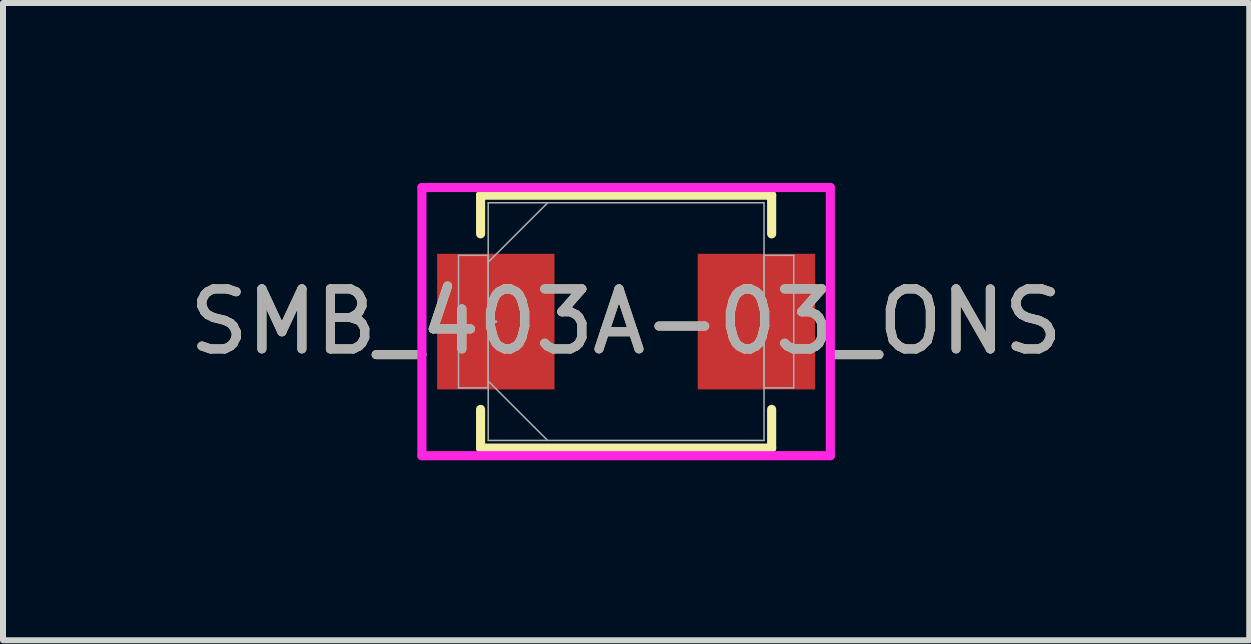
<source format=kicad_pcb>
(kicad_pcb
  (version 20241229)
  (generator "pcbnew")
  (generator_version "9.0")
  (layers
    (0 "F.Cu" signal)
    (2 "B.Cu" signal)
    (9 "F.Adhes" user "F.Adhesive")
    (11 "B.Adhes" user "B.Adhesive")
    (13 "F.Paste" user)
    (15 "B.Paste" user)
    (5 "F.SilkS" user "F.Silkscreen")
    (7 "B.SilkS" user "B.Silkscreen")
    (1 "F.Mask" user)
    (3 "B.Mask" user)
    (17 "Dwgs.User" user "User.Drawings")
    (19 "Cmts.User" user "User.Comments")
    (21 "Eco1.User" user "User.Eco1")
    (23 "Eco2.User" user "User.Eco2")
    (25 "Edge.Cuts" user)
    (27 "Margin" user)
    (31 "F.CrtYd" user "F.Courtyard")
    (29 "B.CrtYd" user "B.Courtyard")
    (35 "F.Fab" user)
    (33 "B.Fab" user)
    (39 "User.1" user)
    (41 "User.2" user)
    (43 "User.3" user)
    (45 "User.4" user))
  (footprint "SMB_403A-03_ONS"
    (layer "F.Cu")
    (at 7.387 2.311)
    (property "Reference" "SMB_403A-03_ONS" (at 0 0 0) (unlocked yes) (layer "F.SilkS") (effects (font (size 1 1) (thickness 0.15))))
    (attr smd)
    (fp_line (start -2.426 -2.108) (end -2.426 -1.463) (stroke (width 0.152) (type solid)) (layer "F.SilkS"))
    (fp_line (start -2.426 1.463) (end -2.426 2.108) (stroke (width 0.152) (type solid)) (layer "F.SilkS"))
    (fp_line (start -2.426 2.108) (end 2.426 2.108) (stroke (width 0.152) (type solid)) (layer "F.SilkS"))
    (fp_line (start 2.426 -2.108) (end -2.426 -2.108) (stroke (width 0.152) (type solid)) (layer "F.SilkS"))
    (fp_line (start 2.426 -1.463) (end 2.426 -2.108) (stroke (width 0.152) (type solid)) (layer "F.SilkS"))
    (fp_line (start 2.426 2.108) (end 2.426 1.463) (stroke (width 0.152) (type solid)) (layer "F.SilkS"))
    (fp_line (start -3.404 -2.235) (end 3.404 -2.235) (stroke (width 0.152) (type solid)) (layer "F.CrtYd"))
    (fp_line (start -3.404 2.235) (end -3.404 -2.235) (stroke (width 0.152) (type solid)) (layer "F.CrtYd"))
    (fp_line (start 3.404 -2.235) (end 3.404 2.235) (stroke (width 0.152) (type solid)) (layer "F.CrtYd"))
    (fp_line (start 3.404 2.235) (end -3.404 2.235) (stroke (width 0.152) (type solid)) (layer "F.CrtYd"))
    (fp_line (start -2.794 -1.105) (end -2.794 1.105) (stroke (width 0.025) (type solid)) (layer "F.Fab"))
    (fp_line (start -2.794 1.105) (end -2.299 1.105) (stroke (width 0.025) (type solid)) (layer "F.Fab"))
    (fp_line (start -2.299 -1.981) (end -2.299 1.981) (stroke (width 0.025) (type solid)) (layer "F.Fab"))
    (fp_line (start -2.299 -1.105) (end -2.794 -1.105) (stroke (width 0.025) (type solid)) (layer "F.Fab"))
    (fp_line (start -2.299 -0.991) (end -1.308 -1.981) (stroke (width 0.025) (type solid)) (layer "F.Fab"))
    (fp_line (start -2.299 0.991) (end -1.308 1.981) (stroke (width 0.025) (type solid)) (layer "F.Fab"))
    (fp_line (start -2.299 1.105) (end -2.299 -1.105) (stroke (width 0.025) (type solid)) (layer "F.Fab"))
    (fp_line (start -2.299 1.981) (end 2.299 1.981) (stroke (width 0.025) (type solid)) (layer "F.Fab"))
    (fp_line (start 2.299 -1.981) (end -2.299 -1.981) (stroke (width 0.025) (type solid)) (layer "F.Fab"))
    (fp_line (start 2.299 -1.105) (end 2.299 1.105) (stroke (width 0.025) (type solid)) (layer "F.Fab"))
    (fp_line (start 2.299 1.105) (end 2.794 1.105) (stroke (width 0.025) (type solid)) (layer "F.Fab"))
    (fp_line (start 2.299 1.981) (end 2.299 -1.981) (stroke (width 0.025) (type solid)) (layer "F.Fab"))
    (fp_line (start 2.794 -1.105) (end 2.299 -1.105) (stroke (width 0.025) (type solid)) (layer "F.Fab"))
    (fp_line (start 2.794 1.105) (end 2.794 -1.105) (stroke (width 0.025) (type solid)) (layer "F.Fab"))
    (fp_circle (center -2.172 0) (end -2.172 0) (stroke (width 0.025) (type solid)) (fill no) (layer "F.Fab"))
    (fp_text user "${REFERENCE}" (at 0 0 0) (unlocked yes) (layer "F.Fab") (effects (font (size 1 1) (thickness 0.15))))
    (pad "1" smd rect (at -2.172 0) (size 1.956 2.261) (layers "F.Cu" "F.Mask" "F.Paste"))
    (pad "2" smd rect (at 2.172 0) (size 1.956 2.261) (layers "F.Cu" "F.Mask" "F.Paste"))
    (zone (net_name "") (layer "F.Cu") (hatch full 0.508) (connect_pads) (min_thickness 0.254) (filled_areas_thickness no) (keepout (tracks not_allowed) (vias not_allowed) (pads allowed) (copperpour not_allowed) (footprints allowed)) (placement (enabled no)) (fill) (polygon (pts (xy 6.244 0.381) (xy 8.53 0.381) (xy 8.53 4.242) (xy 6.244 4.242)))))
  (gr_rect
    (start -3 -3)
    (end 17.774 7.623)
    (stroke (width 0.1) (type default))
    (fill no)
    (layer "Edge.Cuts")))
</source>
